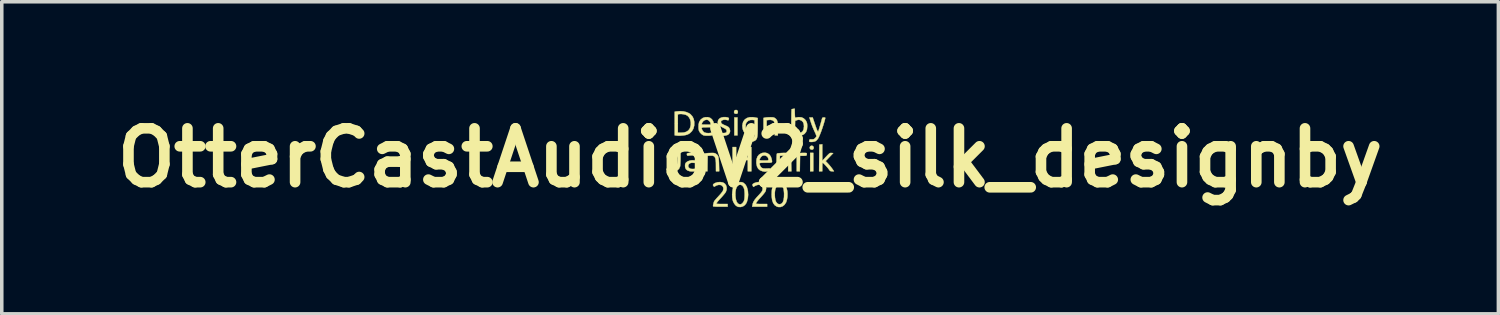
<source format=kicad_pcb>
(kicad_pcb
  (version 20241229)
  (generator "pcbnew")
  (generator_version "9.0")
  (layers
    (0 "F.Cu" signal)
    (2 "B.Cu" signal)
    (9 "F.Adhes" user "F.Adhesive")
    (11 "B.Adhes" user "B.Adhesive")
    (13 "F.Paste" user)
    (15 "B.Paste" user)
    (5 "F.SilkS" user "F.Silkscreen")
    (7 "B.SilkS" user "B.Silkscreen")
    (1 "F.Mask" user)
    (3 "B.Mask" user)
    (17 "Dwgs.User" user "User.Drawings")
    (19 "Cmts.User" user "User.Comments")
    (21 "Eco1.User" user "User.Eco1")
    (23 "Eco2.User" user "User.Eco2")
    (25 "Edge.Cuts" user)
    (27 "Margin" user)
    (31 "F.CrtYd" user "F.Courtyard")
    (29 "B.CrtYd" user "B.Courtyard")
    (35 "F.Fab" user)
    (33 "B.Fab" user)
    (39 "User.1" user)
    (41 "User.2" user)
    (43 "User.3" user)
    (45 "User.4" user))
  (footprint "OtterCastAudioV2_silk_designby"
    (layer "F.Cu")
    (at 18.186 1.418)
    (property "Reference" "OtterCastAudioV2_silk_designby" (at 0 0 0) (layer "F.SilkS") (effects (font (size 1.524 1.524) (thickness 0.3))))
    (attr through_hole)
    (fp_poly (pts (xy -0.356 -0.635) (xy -0.445 -0.635) (xy -0.445 -1.143) (xy -0.356 -1.143) (xy -0.356 -0.635)) (stroke (width 0.01) (type solid)) (fill yes) (layer "F.SilkS"))
    (fp_poly (pts (xy 1.791 0.381) (xy 1.702 0.381) (xy 1.702 -0.14) (xy 1.791 -0.14) (xy 1.791 0.381)) (stroke (width 0.01) (type solid)) (fill yes) (layer "F.SilkS"))
    (fp_poly (pts (xy -0.356 -1.336) (xy -0.344 -1.304) (xy -0.351 -1.265) (xy -0.368 -1.249) (xy -0.398 -1.245) (xy -0.428 -1.252) (xy -0.444 -1.263) (xy -0.454 -1.292) (xy -0.448 -1.324) (xy -0.428 -1.348) (xy -0.42 -1.352) (xy -0.383 -1.354) (xy -0.356 -1.336)) (stroke (width 0.01) (type solid)) (fill yes) (layer "F.SilkS"))
    (fp_poly (pts (xy 1.767 -0.339) (xy 1.793 -0.319) (xy 1.803 -0.286) (xy 1.803 -0.286) (xy 1.794 -0.251) (xy 1.768 -0.232) (xy 1.733 -0.233) (xy 1.711 -0.242) (xy 1.693 -0.265) (xy 1.69 -0.298) (xy 1.703 -0.326) (xy 1.704 -0.328) (xy 1.735 -0.343) (xy 1.767 -0.339)) (stroke (width 0.01) (type solid)) (fill yes) (layer "F.SilkS"))
    (fp_poly (pts (xy 1.545 -0.139) (xy 1.582 -0.137) (xy 1.603 -0.132) (xy 1.605 -0.13) (xy 1.607 -0.111) (xy 1.605 -0.089) (xy 1.6 -0.072) (xy 1.59 -0.063) (xy 1.568 -0.059) (xy 1.53 -0.057) (xy 1.507 -0.057) (xy 1.416 -0.057) (xy 1.409 0.381) (xy 1.321 0.381) (xy 1.321 -0.113) (xy 1.368 -0.126) (xy 1.403 -0.133) (xy 1.448 -0.137) (xy 1.498 -0.139) (xy 1.545 -0.139)) (stroke (width 0.01) (type solid)) (fill yes) (layer "F.SilkS"))
    (fp_poly (pts (xy -0.394 -0.013) (xy -0.064 -0.013) (xy -0.064 -0.305) (xy 0.038 -0.305) (xy 0.038 0.381) (xy -0.064 0.381) (xy -0.064 0.064) (xy -0.394 0.064) (xy -0.394 0.381) (xy -0.436 0.381) (xy -0.467 0.379) (xy -0.486 0.373) (xy -0.487 0.373) (xy -0.489 0.358) (xy -0.491 0.322) (xy -0.493 0.267) (xy -0.494 0.196) (xy -0.495 0.115) (xy -0.495 0.03) (xy -0.495 -0.305) (xy -0.394 -0.305) (xy -0.394 -0.013)) (stroke (width 0.01) (type solid)) (fill yes) (layer "F.SilkS"))
    (fp_poly (pts (xy 0.629 -1.148) (xy 0.666 -1.143) (xy 0.693 -1.132) (xy 0.707 -1.123) (xy 0.736 -1.099) (xy 0.757 -1.071) (xy 0.772 -1.036) (xy 0.781 -0.989) (xy 0.786 -0.926) (xy 0.787 -0.843) (xy 0.787 -0.822) (xy 0.787 -0.635) (xy 0.7 -0.635) (xy 0.696 -0.824) (xy 0.694 -0.9) (xy 0.692 -0.954) (xy 0.688 -0.992) (xy 0.682 -1.016) (xy 0.674 -1.032) (xy 0.669 -1.039) (xy 0.63 -1.064) (xy 0.574 -1.075) (xy 0.519 -1.071) (xy 0.47 -1.064) (xy 0.47 -0.635) (xy 0.381 -0.635) (xy 0.381 -1.129) (xy 0.429 -1.139) (xy 0.465 -1.144) (xy 0.517 -1.147) (xy 0.572 -1.149) (xy 0.574 -1.149) (xy 0.629 -1.148)) (stroke (width 0.01) (type solid)) (fill yes) (layer "F.SilkS"))
    (fp_poly (pts (xy -1.969 -0.054) (xy -1.969 0.03) (xy -1.971 0.106) (xy -1.974 0.171) (xy -1.978 0.22) (xy -1.982 0.248) (xy -2.011 0.31) (xy -2.057 0.356) (xy -2.118 0.384) (xy -2.19 0.393) (xy -2.271 0.382) (xy -2.294 0.376) (xy -2.338 0.361) (xy -2.361 0.349) (xy -2.367 0.334) (xy -2.36 0.313) (xy -2.355 0.304) (xy -2.341 0.279) (xy -2.326 0.274) (xy -2.302 0.284) (xy -2.299 0.286) (xy -2.254 0.3) (xy -2.202 0.305) (xy -2.151 0.3) (xy -2.113 0.285) (xy -2.108 0.282) (xy -2.092 0.264) (xy -2.08 0.238) (xy -2.071 0.201) (xy -2.064 0.15) (xy -2.06 0.081) (xy -2.058 -0.009) (xy -2.058 -0.079) (xy -2.057 -0.305) (xy -1.968 -0.305) (xy -1.969 -0.054)) (stroke (width 0.01) (type solid)) (fill yes) (layer "F.SilkS"))
    (fp_poly (pts (xy -1.035 -0.137) (xy -1.006 -0.133) (xy -0.983 -0.124) (xy -0.969 -0.116) (xy -0.939 -0.094) (xy -0.917 -0.069) (xy -0.901 -0.036) (xy -0.891 0.008) (xy -0.884 0.067) (xy -0.88 0.146) (xy -0.879 0.187) (xy -0.874 0.381) (xy -0.965 0.381) (xy -0.966 0.232) (xy -0.967 0.136) (xy -0.973 0.063) (xy -0.985 0.009) (xy -1.003 -0.027) (xy -1.03 -0.049) (xy -1.067 -0.06) (xy -1.115 -0.061) (xy -1.123 -0.061) (xy -1.2 -0.057) (xy -1.207 0.381) (xy -1.295 0.381) (xy -1.295 0.134) (xy -1.295 0.039) (xy -1.293 -0.032) (xy -1.29 -0.081) (xy -1.286 -0.111) (xy -1.28 -0.122) (xy -1.262 -0.126) (xy -1.224 -0.131) (xy -1.174 -0.135) (xy -1.137 -0.136) (xy -1.077 -0.138) (xy -1.035 -0.137)) (stroke (width 0.01) (type solid)) (fill yes) (layer "F.SilkS"))
    (fp_poly (pts (xy 1.007 -0.138) (xy 1.035 -0.134) (xy 1.057 -0.126) (xy 1.079 -0.112) (xy 1.079 -0.112) (xy 1.108 -0.09) (xy 1.13 -0.066) (xy 1.145 -0.036) (xy 1.155 0.005) (xy 1.161 0.06) (xy 1.165 0.133) (xy 1.166 0.187) (xy 1.171 0.381) (xy 1.079 0.381) (xy 1.079 0.225) (xy 1.078 0.131) (xy 1.072 0.058) (xy 1.06 0.006) (xy 1.04 -0.03) (xy 1.012 -0.051) (xy 0.973 -0.06) (xy 0.922 -0.061) (xy 0.919 -0.061) (xy 0.845 -0.057) (xy 0.838 0.381) (xy 0.749 0.381) (xy 0.749 0.134) (xy 0.75 0.039) (xy 0.752 -0.032) (xy 0.755 -0.081) (xy 0.759 -0.111) (xy 0.764 -0.122) (xy 0.783 -0.127) (xy 0.82 -0.131) (xy 0.871 -0.135) (xy 0.907 -0.137) (xy 0.967 -0.139) (xy 1.007 -0.138)) (stroke (width 0.01) (type solid)) (fill yes) (layer "F.SilkS"))
    (fp_poly (pts (xy 2.045 -0.15) (xy 2.046 0.083) (xy 2.151 -0.029) (xy 2.196 -0.077) (xy 2.228 -0.108) (xy 2.251 -0.127) (xy 2.27 -0.136) (xy 2.289 -0.138) (xy 2.306 -0.137) (xy 2.355 -0.133) (xy 2.247 -0.02) (xy 2.139 0.092) (xy 2.204 0.16) (xy 2.247 0.208) (xy 2.292 0.263) (xy 2.323 0.304) (xy 2.377 0.381) (xy 2.321 0.381) (xy 2.284 0.378) (xy 2.262 0.367) (xy 2.243 0.343) (xy 2.243 0.342) (xy 2.224 0.316) (xy 2.196 0.28) (xy 2.161 0.241) (xy 2.125 0.202) (xy 2.093 0.169) (xy 2.068 0.147) (xy 2.056 0.14) (xy 2.051 0.151) (xy 2.047 0.183) (xy 2.045 0.229) (xy 2.045 0.26) (xy 2.045 0.381) (xy 1.955 0.381) (xy 1.962 -0.375) (xy 2.045 -0.383) (xy 2.045 -0.15)) (stroke (width 0.01) (type solid)) (fill yes) (layer "F.SilkS"))
    (fp_poly (pts (xy -1.886 -1.315) (xy -1.797 -1.293) (xy -1.722 -1.259) (xy -1.689 -1.235) (xy -1.633 -1.174) (xy -1.597 -1.102) (xy -1.579 -1.014) (xy -1.579 -1.012) (xy -1.581 -0.915) (xy -1.603 -0.828) (xy -1.646 -0.754) (xy -1.706 -0.695) (xy -1.766 -0.661) (xy -1.82 -0.645) (xy -1.89 -0.633) (xy -1.968 -0.627) (xy -2.044 -0.627) (xy -2.086 -0.631) (xy -2.134 -0.637) (xy -2.134 -1.23) (xy -2.045 -1.23) (xy -2.045 -0.971) (xy -2.045 -0.711) (xy -1.953 -0.711) (xy -1.871 -0.717) (xy -1.81 -0.735) (xy -1.81 -0.735) (xy -1.754 -0.769) (xy -1.716 -0.813) (xy -1.695 -0.86) (xy -1.678 -0.934) (xy -1.679 -1.01) (xy -1.695 -1.081) (xy -1.726 -1.142) (xy -1.769 -1.19) (xy -1.821 -1.218) (xy -1.887 -1.234) (xy -1.95 -1.241) (xy -2 -1.239) (xy -2.006 -1.238) (xy -2.045 -1.23) (xy -2.134 -1.23) (xy -2.134 -1.305) (xy -2.086 -1.313) (xy -1.984 -1.321) (xy -1.886 -1.315)) (stroke (width 0.01) (type solid)) (fill yes) (layer "F.SilkS"))
    (fp_poly (pts (xy 0.325 0.694) (xy 0.368 0.709) (xy 0.415 0.748) (xy 0.445 0.801) (xy 0.456 0.863) (xy 0.445 0.929) (xy 0.439 0.945) (xy 0.424 0.972) (xy 0.394 1.011) (xy 0.356 1.057) (xy 0.317 1.101) (xy 0.254 1.17) (xy 0.207 1.227) (xy 0.177 1.269) (xy 0.165 1.296) (xy 0.165 1.299) (xy 0.177 1.302) (xy 0.209 1.305) (xy 0.258 1.307) (xy 0.317 1.308) (xy 0.324 1.308) (xy 0.483 1.308) (xy 0.483 1.384) (xy 0.06 1.384) (xy 0.069 1.332) (xy 0.081 1.282) (xy 0.103 1.233) (xy 0.137 1.181) (xy 0.186 1.121) (xy 0.226 1.078) (xy 0.277 1.023) (xy 0.313 0.981) (xy 0.336 0.949) (xy 0.349 0.921) (xy 0.354 0.893) (xy 0.356 0.865) (xy 0.345 0.817) (xy 0.317 0.783) (xy 0.275 0.765) (xy 0.224 0.765) (xy 0.167 0.782) (xy 0.146 0.793) (xy 0.093 0.824) (xy 0.077 0.794) (xy 0.067 0.767) (xy 0.075 0.745) (xy 0.103 0.724) (xy 0.132 0.71) (xy 0.193 0.692) (xy 0.26 0.686) (xy 0.325 0.694)) (stroke (width 0.01) (type solid)) (fill yes) (layer "F.SilkS"))
    (fp_poly (pts (xy 0.905 0.697) (xy 0.961 0.732) (xy 1.005 0.787) (xy 1.037 0.864) (xy 1.055 0.947) (xy 1.06 1.025) (xy 1.057 1.107) (xy 1.044 1.185) (xy 1.025 1.25) (xy 1.017 1.267) (xy 0.974 1.331) (xy 0.92 1.373) (xy 0.858 1.394) (xy 0.793 1.392) (xy 0.755 1.379) (xy 0.698 1.341) (xy 0.655 1.282) (xy 0.626 1.202) (xy 0.613 1.102) (xy 0.612 1.05) (xy 0.7 1.05) (xy 0.705 1.125) (xy 0.716 1.19) (xy 0.732 1.239) (xy 0.733 1.241) (xy 0.767 1.287) (xy 0.809 1.312) (xy 0.854 1.313) (xy 0.898 1.291) (xy 0.905 1.286) (xy 0.931 1.248) (xy 0.95 1.19) (xy 0.961 1.115) (xy 0.963 1.028) (xy 0.963 1.004) (xy 0.958 0.947) (xy 0.952 0.897) (xy 0.944 0.861) (xy 0.94 0.851) (xy 0.904 0.798) (xy 0.863 0.769) (xy 0.821 0.763) (xy 0.782 0.779) (xy 0.747 0.816) (xy 0.72 0.874) (xy 0.711 0.909) (xy 0.702 0.976) (xy 0.7 1.05) (xy 0.612 1.05) (xy 0.612 1.004) (xy 0.615 0.94) (xy 0.62 0.895) (xy 0.628 0.859) (xy 0.641 0.827) (xy 0.655 0.801) (xy 0.698 0.741) (xy 0.749 0.703) (xy 0.813 0.687) (xy 0.839 0.686) (xy 0.905 0.697)) (stroke (width 0.01) (type solid)) (fill yes) (layer "F.SilkS"))
    (fp_poly (pts (xy -0.779 0.696) (xy -0.756 0.704) (xy -0.709 0.736) (xy -0.677 0.785) (xy -0.662 0.843) (xy -0.665 0.907) (xy -0.685 0.964) (xy -0.704 0.994) (xy -0.737 1.035) (xy -0.777 1.083) (xy -0.81 1.12) (xy -0.871 1.186) (xy -0.915 1.237) (xy -0.941 1.272) (xy -0.952 1.295) (xy -0.953 1.298) (xy -0.941 1.302) (xy -0.908 1.305) (xy -0.86 1.307) (xy -0.801 1.308) (xy -0.794 1.308) (xy -0.635 1.308) (xy -0.635 1.384) (xy -0.837 1.384) (xy -0.907 1.384) (xy -0.966 1.382) (xy -1.012 1.379) (xy -1.04 1.376) (xy -1.046 1.374) (xy -1.048 1.355) (xy -1.043 1.322) (xy -1.033 1.282) (xy -1.022 1.246) (xy -1.014 1.229) (xy -1.001 1.21) (xy -0.973 1.177) (xy -0.936 1.135) (xy -0.893 1.089) (xy -0.892 1.087) (xy -0.848 1.039) (xy -0.81 0.993) (xy -0.781 0.954) (xy -0.766 0.929) (xy -0.754 0.874) (xy -0.764 0.826) (xy -0.793 0.789) (xy -0.838 0.768) (xy -0.887 0.766) (xy -0.931 0.776) (xy -0.971 0.793) (xy -0.978 0.798) (xy -1.002 0.815) (xy -1.017 0.817) (xy -1.032 0.804) (xy -1.035 0.8) (xy -1.05 0.774) (xy -1.044 0.751) (xy -1.016 0.728) (xy -0.988 0.713) (xy -0.922 0.692) (xy -0.848 0.686) (xy -0.779 0.696)) (stroke (width 0.01) (type solid)) (fill yes) (layer "F.SilkS"))
    (fp_poly (pts (xy -0.69 -1.152) (xy -0.64 -1.144) (xy -0.61 -1.133) (xy -0.599 -1.114) (xy -0.602 -1.087) (xy -0.611 -1.065) (xy -0.627 -1.062) (xy -0.642 -1.067) (xy -0.694 -1.078) (xy -0.747 -1.077) (xy -0.791 -1.062) (xy -0.802 -1.055) (xy -0.822 -1.034) (xy -0.823 -1.011) (xy -0.819 -0.996) (xy -0.806 -0.974) (xy -0.782 -0.955) (xy -0.74 -0.933) (xy -0.718 -0.924) (xy -0.663 -0.9) (xy -0.626 -0.881) (xy -0.603 -0.862) (xy -0.587 -0.841) (xy -0.576 -0.816) (xy -0.564 -0.759) (xy -0.576 -0.708) (xy -0.609 -0.665) (xy -0.635 -0.648) (xy -0.681 -0.633) (xy -0.742 -0.624) (xy -0.806 -0.623) (xy -0.864 -0.629) (xy -0.89 -0.636) (xy -0.913 -0.649) (xy -0.919 -0.671) (xy -0.917 -0.687) (xy -0.91 -0.713) (xy -0.897 -0.719) (xy -0.891 -0.716) (xy -0.858 -0.708) (xy -0.812 -0.703) (xy -0.762 -0.701) (xy -0.718 -0.704) (xy -0.688 -0.71) (xy -0.687 -0.711) (xy -0.667 -0.729) (xy -0.662 -0.759) (xy -0.663 -0.765) (xy -0.667 -0.785) (xy -0.677 -0.801) (xy -0.697 -0.818) (xy -0.733 -0.838) (xy -0.776 -0.86) (xy -0.837 -0.893) (xy -0.878 -0.923) (xy -0.902 -0.953) (xy -0.913 -0.987) (xy -0.914 -1.011) (xy -0.903 -1.065) (xy -0.871 -1.107) (xy -0.821 -1.137) (xy -0.757 -1.152) (xy -0.69 -1.152)) (stroke (width 0.01) (type solid)) (fill yes) (layer "F.SilkS"))
    (fp_poly (pts (xy -0.215 0.694) (xy -0.184 0.71) (xy -0.178 0.714) (xy -0.128 0.761) (xy -0.091 0.828) (xy -0.066 0.916) (xy -0.061 0.944) (xy -0.054 1.048) (xy -0.063 1.15) (xy -0.088 1.243) (xy -0.104 1.281) (xy -0.145 1.337) (xy -0.2 1.375) (xy -0.264 1.393) (xy -0.33 1.39) (xy -0.364 1.378) (xy -0.409 1.347) (xy -0.449 1.297) (xy -0.481 1.235) (xy -0.496 1.183) (xy -0.505 1.117) (xy -0.507 1.041) (xy -0.416 1.041) (xy -0.411 1.115) (xy -0.399 1.184) (xy -0.379 1.243) (xy -0.352 1.285) (xy -0.332 1.302) (xy -0.289 1.318) (xy -0.253 1.313) (xy -0.217 1.286) (xy -0.216 1.285) (xy -0.188 1.247) (xy -0.168 1.204) (xy -0.166 1.199) (xy -0.158 1.151) (xy -0.154 1.088) (xy -0.153 1.017) (xy -0.157 0.95) (xy -0.164 0.894) (xy -0.167 0.882) (xy -0.19 0.823) (xy -0.223 0.783) (xy -0.263 0.764) (xy -0.306 0.766) (xy -0.349 0.792) (xy -0.355 0.798) (xy -0.383 0.84) (xy -0.402 0.898) (xy -0.413 0.966) (xy -0.416 1.041) (xy -0.507 1.041) (xy -0.507 1.041) (xy -0.502 0.963) (xy -0.492 0.891) (xy -0.477 0.835) (xy -0.473 0.825) (xy -0.436 0.76) (xy -0.391 0.717) (xy -0.334 0.694) (xy -0.295 0.689) (xy -0.248 0.688) (xy -0.215 0.694)) (stroke (width 0.01) (type solid)) (fill yes) (layer "F.SilkS"))
    (fp_poly (pts (xy -1.553 -0.129) (xy -1.499 -0.095) (xy -1.493 -0.09) (xy -1.454 -0.05) (xy -1.45 0.158) (xy -1.446 0.367) (xy -1.488 0.373) (xy -1.568 0.383) (xy -1.639 0.386) (xy -1.694 0.383) (xy -1.702 0.381) (xy -1.767 0.361) (xy -1.811 0.328) (xy -1.835 0.281) (xy -1.84 0.239) (xy -1.752 0.239) (xy -1.736 0.275) (xy -1.701 0.303) (xy -1.689 0.308) (xy -1.659 0.314) (xy -1.618 0.316) (xy -1.58 0.314) (xy -1.553 0.308) (xy -1.552 0.307) (xy -1.542 0.288) (xy -1.538 0.247) (xy -1.539 0.221) (xy -1.543 0.146) (xy -1.614 0.142) (xy -1.661 0.142) (xy -1.693 0.15) (xy -1.718 0.165) (xy -1.746 0.2) (xy -1.752 0.239) (xy -1.84 0.239) (xy -1.841 0.225) (xy -1.838 0.182) (xy -1.826 0.151) (xy -1.806 0.128) (xy -1.763 0.099) (xy -1.704 0.078) (xy -1.639 0.069) (xy -1.587 0.071) (xy -1.555 0.075) (xy -1.54 0.071) (xy -1.537 0.053) (xy -1.537 0.041) (xy -1.548 -0.004) (xy -1.576 -0.042) (xy -1.615 -0.065) (xy -1.622 -0.067) (xy -1.656 -0.069) (xy -1.701 -0.066) (xy -1.718 -0.064) (xy -1.755 -0.06) (xy -1.774 -0.062) (xy -1.783 -0.074) (xy -1.786 -0.085) (xy -1.79 -0.108) (xy -1.784 -0.122) (xy -1.763 -0.131) (xy -1.724 -0.139) (xy -1.705 -0.141) (xy -1.621 -0.145) (xy -1.553 -0.129)) (stroke (width 0.01) (type solid)) (fill yes) (layer "F.SilkS"))
    (fp_poly (pts (xy 2.119 -1.141) (xy 2.129 -1.133) (xy 2.126 -1.111) (xy 2.126 -1.108) (xy 2.104 -1.025) (xy 2.077 -0.935) (xy 2.047 -0.843) (xy 2.016 -0.754) (xy 1.985 -0.674) (xy 1.956 -0.606) (xy 1.932 -0.556) (xy 1.924 -0.543) (xy 1.896 -0.508) (xy 1.867 -0.48) (xy 1.86 -0.475) (xy 1.825 -0.461) (xy 1.777 -0.451) (xy 1.727 -0.448) (xy 1.688 -0.452) (xy 1.687 -0.452) (xy 1.673 -0.464) (xy 1.674 -0.489) (xy 1.675 -0.492) (xy 1.683 -0.513) (xy 1.697 -0.522) (xy 1.725 -0.523) (xy 1.744 -0.522) (xy 1.784 -0.523) (xy 1.812 -0.532) (xy 1.84 -0.555) (xy 1.842 -0.557) (xy 1.865 -0.585) (xy 1.879 -0.608) (xy 1.88 -0.613) (xy 1.874 -0.632) (xy 1.861 -0.668) (xy 1.841 -0.714) (xy 1.827 -0.744) (xy 1.794 -0.818) (xy 1.768 -0.879) (xy 1.746 -0.937) (xy 1.723 -1.004) (xy 1.708 -1.051) (xy 1.679 -1.143) (xy 1.773 -1.143) (xy 1.825 -0.987) (xy 1.855 -0.9) (xy 1.878 -0.834) (xy 1.896 -0.789) (xy 1.909 -0.76) (xy 1.92 -0.747) (xy 1.927 -0.747) (xy 1.932 -0.752) (xy 1.939 -0.77) (xy 1.951 -0.808) (xy 1.967 -0.859) (xy 1.984 -0.918) (xy 2.002 -0.979) (xy 2.018 -1.037) (xy 2.031 -1.086) (xy 2.037 -1.108) (xy 2.047 -1.132) (xy 2.066 -1.142) (xy 2.09 -1.143) (xy 2.119 -1.141)) (stroke (width 0.01) (type solid)) (fill yes) (layer "F.SilkS"))
    (fp_poly (pts (xy -1.188 -1.15) (xy -1.127 -1.129) (xy -1.077 -1.087) (xy -1.041 -1.027) (xy -1.02 -0.953) (xy -1.016 -0.895) (xy -1.016 -0.864) (xy -1.194 -0.864) (xy -1.268 -0.863) (xy -1.321 -0.862) (xy -1.353 -0.856) (xy -1.369 -0.847) (xy -1.371 -0.83) (xy -1.361 -0.805) (xy -1.347 -0.776) (xy -1.313 -0.731) (xy -1.281 -0.713) (xy -1.23 -0.702) (xy -1.171 -0.699) (xy -1.118 -0.705) (xy -1.101 -0.71) (xy -1.077 -0.716) (xy -1.065 -0.704) (xy -1.061 -0.69) (xy -1.059 -0.66) (xy -1.066 -0.644) (xy -1.087 -0.635) (xy -1.127 -0.629) (xy -1.176 -0.626) (xy -1.23 -0.626) (xy -1.279 -0.629) (xy -1.316 -0.636) (xy -1.327 -0.64) (xy -1.375 -0.672) (xy -1.419 -0.717) (xy -1.447 -0.766) (xy -1.447 -0.766) (xy -1.457 -0.814) (xy -1.46 -0.876) (xy -1.456 -0.941) (xy -1.455 -0.947) (xy -1.372 -0.947) (xy -1.36 -0.944) (xy -1.328 -0.941) (xy -1.282 -0.94) (xy -1.245 -0.94) (xy -1.118 -0.94) (xy -1.118 -0.973) (xy -1.128 -1.008) (xy -1.155 -1.043) (xy -1.19 -1.069) (xy -1.225 -1.079) (xy -1.278 -1.068) (xy -1.324 -1.039) (xy -1.354 -0.997) (xy -1.365 -0.967) (xy -1.371 -0.948) (xy -1.372 -0.947) (xy -1.455 -0.947) (xy -1.445 -0.999) (xy -1.436 -1.023) (xy -1.396 -1.084) (xy -1.339 -1.127) (xy -1.271 -1.15) (xy -1.193 -1.151) (xy -1.188 -1.15)) (stroke (width 0.01) (type solid)) (fill yes) (layer "F.SilkS"))
    (fp_poly (pts (xy 1.267 -1.259) (xy 1.269 -1.2) (xy 1.272 -1.163) (xy 1.276 -1.142) (xy 1.283 -1.135) (xy 1.293 -1.137) (xy 1.318 -1.143) (xy 1.357 -1.149) (xy 1.378 -1.151) (xy 1.451 -1.147) (xy 1.516 -1.119) (xy 1.569 -1.07) (xy 1.587 -1.041) (xy 1.605 -1.004) (xy 1.615 -0.966) (xy 1.619 -0.917) (xy 1.619 -0.889) (xy 1.611 -0.801) (xy 1.585 -0.731) (xy 1.541 -0.678) (xy 1.495 -0.649) (xy 1.445 -0.633) (xy 1.38 -0.624) (xy 1.309 -0.623) (xy 1.243 -0.629) (xy 1.21 -0.637) (xy 1.168 -0.648) (xy 1.168 -0.827) (xy 1.272 -0.827) (xy 1.272 -0.774) (xy 1.273 -0.735) (xy 1.275 -0.715) (xy 1.276 -0.715) (xy 1.292 -0.704) (xy 1.325 -0.699) (xy 1.367 -0.699) (xy 1.409 -0.705) (xy 1.445 -0.716) (xy 1.448 -0.718) (xy 1.491 -0.754) (xy 1.517 -0.809) (xy 1.526 -0.883) (xy 1.527 -0.891) (xy 1.519 -0.963) (xy 1.496 -1.016) (xy 1.457 -1.052) (xy 1.426 -1.066) (xy 1.389 -1.077) (xy 1.359 -1.076) (xy 1.325 -1.065) (xy 1.276 -1.047) (xy 1.273 -0.889) (xy 1.272 -0.827) (xy 1.168 -0.827) (xy 1.168 -1.009) (xy 1.169 -1.102) (xy 1.17 -1.187) (xy 1.171 -1.26) (xy 1.173 -1.318) (xy 1.175 -1.357) (xy 1.177 -1.375) (xy 1.178 -1.376) (xy 1.196 -1.381) (xy 1.226 -1.386) (xy 1.264 -1.391) (xy 1.267 -1.259)) (stroke (width 0.01) (type solid)) (fill yes) (layer "F.SilkS"))
    (fp_poly (pts (xy 0.132 -1.143) (xy 0.216 -1.127) (xy 0.216 -0.869) (xy 0.215 -0.766) (xy 0.213 -0.685) (xy 0.208 -0.622) (xy 0.2 -0.575) (xy 0.188 -0.54) (xy 0.172 -0.515) (xy 0.15 -0.494) (xy 0.13 -0.481) (xy 0.088 -0.464) (xy 0.03 -0.453) (xy -0.035 -0.447) (xy -0.098 -0.45) (xy -0.137 -0.456) (xy -0.171 -0.466) (xy -0.186 -0.478) (xy -0.187 -0.497) (xy -0.184 -0.512) (xy -0.175 -0.534) (xy -0.159 -0.54) (xy -0.135 -0.536) (xy -0.101 -0.531) (xy -0.053 -0.528) (xy -0.015 -0.527) (xy 0.031 -0.528) (xy 0.06 -0.534) (xy 0.08 -0.546) (xy 0.096 -0.563) (xy 0.119 -0.602) (xy 0.127 -0.637) (xy 0.125 -0.664) (xy 0.114 -0.671) (xy 0.098 -0.667) (xy 0.017 -0.652) (xy -0.057 -0.659) (xy -0.121 -0.685) (xy -0.171 -0.731) (xy -0.187 -0.756) (xy -0.208 -0.814) (xy -0.217 -0.885) (xy -0.215 -0.908) (xy -0.127 -0.908) (xy -0.119 -0.835) (xy -0.094 -0.78) (xy -0.054 -0.744) (xy -0.001 -0.729) (xy 0.037 -0.73) (xy 0.075 -0.737) (xy 0.104 -0.747) (xy 0.11 -0.751) (xy 0.118 -0.766) (xy 0.123 -0.796) (xy 0.126 -0.845) (xy 0.127 -0.914) (xy 0.127 -1.064) (xy 0.077 -1.072) (xy 0.01 -1.071) (xy -0.047 -1.051) (xy -0.092 -1.012) (xy -0.12 -0.96) (xy -0.127 -0.908) (xy -0.215 -0.908) (xy -0.212 -0.957) (xy -0.195 -1.02) (xy -0.19 -1.029) (xy -0.147 -1.087) (xy -0.087 -1.127) (xy -0.012 -1.149) (xy 0.076 -1.151) (xy 0.132 -1.143)) (stroke (width 0.01) (type solid)) (fill yes) (layer "F.SilkS"))
    (fp_poly (pts (xy 0.489 -0.131) (xy 0.544 -0.095) (xy 0.585 -0.04) (xy 0.608 0.024) (xy 0.618 0.069) (xy 0.623 0.1) (xy 0.619 0.121) (xy 0.603 0.133) (xy 0.573 0.138) (xy 0.524 0.14) (xy 0.454 0.14) (xy 0.445 0.14) (xy 0.371 0.14) (xy 0.319 0.142) (xy 0.287 0.146) (xy 0.27 0.156) (xy 0.267 0.171) (xy 0.274 0.194) (xy 0.285 0.222) (xy 0.307 0.262) (xy 0.337 0.287) (xy 0.38 0.301) (xy 0.44 0.303) (xy 0.469 0.302) (xy 0.519 0.3) (xy 0.55 0.3) (xy 0.566 0.305) (xy 0.574 0.315) (xy 0.578 0.327) (xy 0.582 0.353) (xy 0.581 0.363) (xy 0.566 0.369) (xy 0.534 0.376) (xy 0.495 0.383) (xy 0.456 0.389) (xy 0.427 0.392) (xy 0.421 0.392) (xy 0.395 0.389) (xy 0.359 0.381) (xy 0.351 0.38) (xy 0.282 0.353) (xy 0.23 0.308) (xy 0.197 0.246) (xy 0.18 0.165) (xy 0.178 0.121) (xy 0.183 0.063) (xy 0.267 0.063) (xy 0.279 0.069) (xy 0.314 0.074) (xy 0.371 0.076) (xy 0.394 0.076) (xy 0.451 0.076) (xy 0.488 0.074) (xy 0.509 0.07) (xy 0.518 0.063) (xy 0.521 0.052) (xy 0.521 0.05) (xy 0.51 0.000281) (xy 0.481 -0.038) (xy 0.441 -0.061) (xy 0.394 -0.068) (xy 0.347 -0.055) (xy 0.326 -0.04) (xy 0.303 -0.013) (xy 0.281 0.022) (xy 0.268 0.053) (xy 0.267 0.063) (xy 0.183 0.063) (xy 0.186 0.033) (xy 0.211 -0.037) (xy 0.255 -0.09) (xy 0.316 -0.127) (xy 0.352 -0.139) (xy 0.424 -0.146) (xy 0.489 -0.131)) (stroke (width 0.01) (type solid)) (fill yes) (layer "F.SilkS")))
  (gr_rect
    (start -3 -3)
    (end 39.373 5.836)
    (stroke (width 0.1) (type default))
    (fill no)
    (layer "Edge.Cuts")))
</source>
